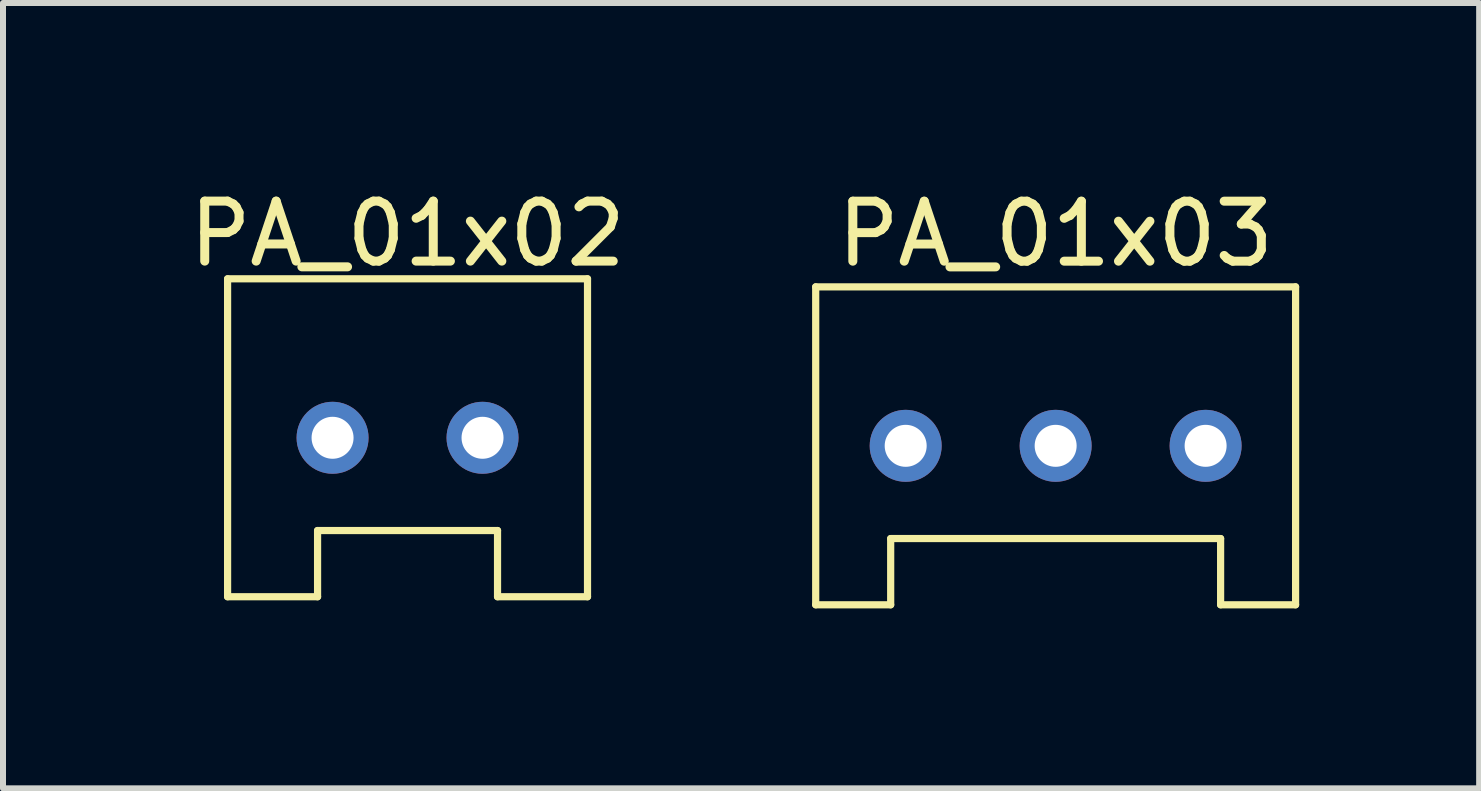
<source format=kicad_pcb>
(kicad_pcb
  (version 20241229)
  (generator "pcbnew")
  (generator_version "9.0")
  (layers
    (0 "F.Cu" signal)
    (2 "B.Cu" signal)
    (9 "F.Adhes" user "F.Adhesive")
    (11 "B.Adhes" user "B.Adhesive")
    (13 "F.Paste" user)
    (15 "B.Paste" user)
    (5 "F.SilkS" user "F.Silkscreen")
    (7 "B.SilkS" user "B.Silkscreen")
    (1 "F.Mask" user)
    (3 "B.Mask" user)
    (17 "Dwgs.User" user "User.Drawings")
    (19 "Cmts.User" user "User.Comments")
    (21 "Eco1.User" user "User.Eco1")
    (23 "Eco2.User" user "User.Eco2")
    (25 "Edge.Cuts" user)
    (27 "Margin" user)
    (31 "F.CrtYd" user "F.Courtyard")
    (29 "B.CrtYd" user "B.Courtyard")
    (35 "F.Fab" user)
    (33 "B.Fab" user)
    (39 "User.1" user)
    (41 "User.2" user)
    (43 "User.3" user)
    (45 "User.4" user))
  (footprint "PA_01x03"
    (layer "F.Cu")
    (at 14.548 4.382)
    (property "Reference" "PA_01x03" (at 0 -3.533 0) (layer "F.SilkS") (effects (font (size 1 1) (thickness 0.15))))
    (attr through_hole)
    (fp_line (start -4 -2.65) (end -4 2.65) (stroke (width 0.12) (type solid)) (layer "F.SilkS"))
    (fp_line (start -2.75 1.546) (end -2.75 2.65) (stroke (width 0.12) (type solid)) (layer "F.SilkS"))
    (fp_line (start -2.75 2.65) (end -4 2.65) (stroke (width 0.12) (type solid)) (layer "F.SilkS"))
    (fp_line (start 2.75 1.546) (end -2.75 1.546) (stroke (width 0.12) (type solid)) (layer "F.SilkS"))
    (fp_line (start 2.75 2.65) (end 2.75 1.546) (stroke (width 0.12) (type solid)) (layer "F.SilkS"))
    (fp_line (start 4 -2.65) (end -4 -2.65) (stroke (width 0.12) (type solid)) (layer "F.SilkS"))
    (fp_line (start 4 2.65) (end 2.75 2.65) (stroke (width 0.12) (type solid)) (layer "F.SilkS"))
    (fp_line (start 4 2.65) (end 4 -2.65) (stroke (width 0.12) (type solid)) (layer "F.SilkS"))
    (pad "1" thru_hole circle (at 2.5 0) (size 1.2 1.2) (drill 0.7) (layers "*.Cu" "*.Mask"))
    (pad "2" thru_hole circle (at 0 0) (size 1.2 1.2) (drill 0.7) (layers "*.Cu" "*.Mask"))
    (pad "3" thru_hole circle (at -2.5 0) (size 1.2 1.2) (drill 0.7) (layers "*.Cu" "*.Mask")))
  (footprint "PA_01x02"
    (layer "F.Cu")
    (at 3.744 4.248)
    (property "Reference" "PA_01x02" (at 0 -3.4 0) (layer "F.SilkS") (effects (font (size 1 1) (thickness 0.15))))
    (attr through_hole)
    (fp_line (start -3 -2.65) (end -3 2.65) (stroke (width 0.12) (type solid)) (layer "F.SilkS"))
    (fp_line (start -1.5 1.546) (end -1.5 2.65) (stroke (width 0.12) (type solid)) (layer "F.SilkS"))
    (fp_line (start -1.5 2.65) (end -3 2.65) (stroke (width 0.12) (type solid)) (layer "F.SilkS"))
    (fp_line (start 1.5 1.546) (end -1.5 1.546) (stroke (width 0.12) (type solid)) (layer "F.SilkS"))
    (fp_line (start 1.5 2.65) (end 1.5 1.546) (stroke (width 0.12) (type solid)) (layer "F.SilkS"))
    (fp_line (start 3 -2.65) (end -3 -2.65) (stroke (width 0.12) (type solid)) (layer "F.SilkS"))
    (fp_line (start 3 2.65) (end 1.5 2.65) (stroke (width 0.12) (type solid)) (layer "F.SilkS"))
    (fp_line (start 3 2.65) (end 3 -2.65) (stroke (width 0.12) (type solid)) (layer "F.SilkS"))
    (pad "1" thru_hole circle (at 1.25 0) (size 1.2 1.2) (drill 0.7) (layers "*.Cu" "*.Mask"))
    (pad "2" thru_hole circle (at -1.25 0) (size 1.2 1.2) (drill 0.7) (layers "*.Cu" "*.Mask")))
  (gr_rect
    (start -3 -3)
    (end 21.608 10.092)
    (stroke (width 0.1) (type default))
    (fill no)
    (layer "Edge.Cuts")))
</source>
